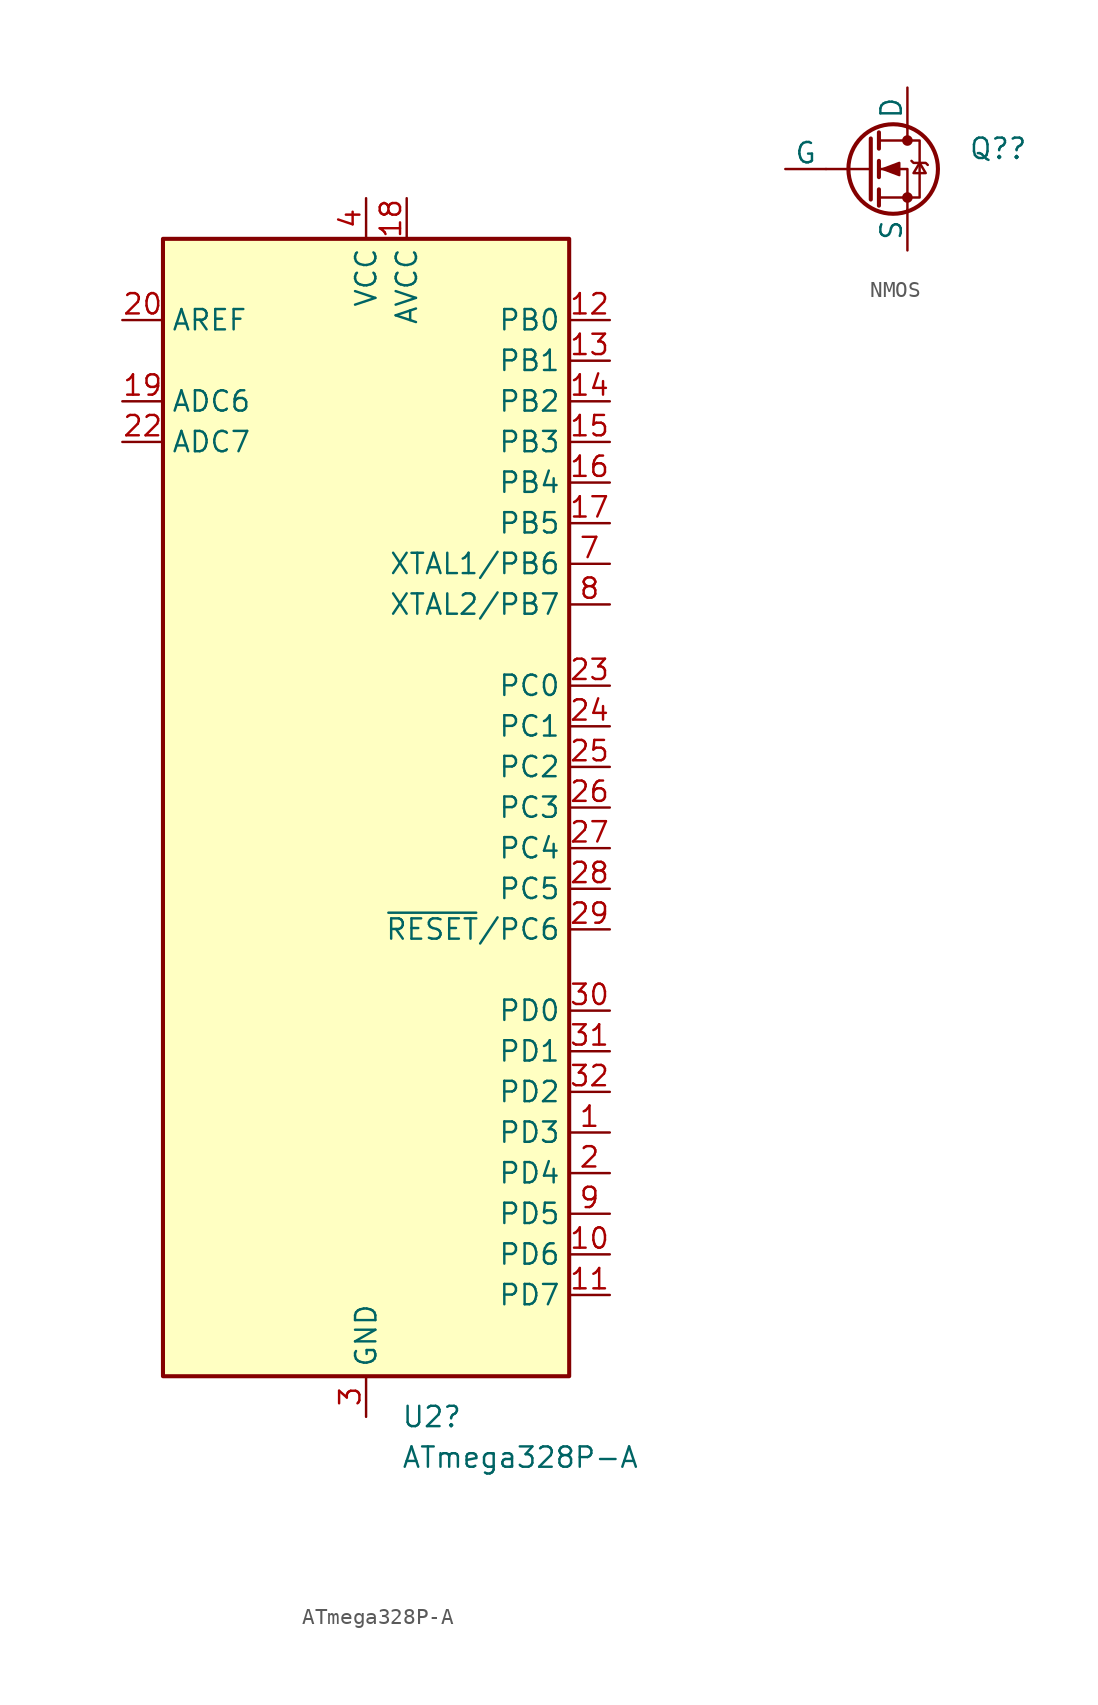
<source format=kicad_sym>
(kicad_symbol_lib
  (version 20231120)
  (generator "kicad_symbol_editor")
  (generator_version "8.0")
  (symbol "ATmega328P-A"
    (property "Reference" "U2"
      (at 2.194 -38.1 0)
      (effects (font (size 1.27 1.27)) (justify left)))
    (property "Value" "ATmega328P-A"
      (at 2.194 -40.64 0)
      (effects (font (size 1.27 1.27)) (justify left)))
    (symbol "ATmega328P-A_0_1"
      (rectangle (start -12.7 -35.56) (end 12.7 35.56) (stroke (width 0.254) (type default)) (fill (type background))))
    (symbol "ATmega328P-A_1_1"
      (pin bidirectional line (at 15.24 -20.32 180) (length 2.54) (name "PD3" (effects (font (size 1.27 1.27)))) (number "1" (effects (font (size 1.27 1.27)))))
      (pin bidirectional line (at 15.24 -27.94 180) (length 2.54) (name "PD6" (effects (font (size 1.27 1.27)))) (number "10" (effects (font (size 1.27 1.27)))))
      (pin bidirectional line (at 15.24 -30.48 180) (length 2.54) (name "PD7" (effects (font (size 1.27 1.27)))) (number "11" (effects (font (size 1.27 1.27)))))
      (pin bidirectional line (at 15.24 30.48 180) (length 2.54) (name "PB0" (effects (font (size 1.27 1.27)))) (number "12" (effects (font (size 1.27 1.27)))))
      (pin bidirectional line (at 15.24 27.94 180) (length 2.54) (name "PB1" (effects (font (size 1.27 1.27)))) (number "13" (effects (font (size 1.27 1.27)))))
      (pin bidirectional line (at 15.24 25.4 180) (length 2.54) (name "PB2" (effects (font (size 1.27 1.27)))) (number "14" (effects (font (size 1.27 1.27)))))
      (pin bidirectional line (at 15.24 22.86 180) (length 2.54) (name "PB3" (effects (font (size 1.27 1.27)))) (number "15" (effects (font (size 1.27 1.27)))))
      (pin bidirectional line (at 15.24 20.32 180) (length 2.54) (name "PB4" (effects (font (size 1.27 1.27)))) (number "16" (effects (font (size 1.27 1.27)))))
      (pin bidirectional line (at 15.24 17.78 180) (length 2.54) (name "PB5" (effects (font (size 1.27 1.27)))) (number "17" (effects (font (size 1.27 1.27)))))
      (pin power_in line (at 2.54 38.1 270) (length 2.54) (name "AVCC" (effects (font (size 1.27 1.27)))) (number "18" (effects (font (size 1.27 1.27)))))
      (pin input line (at -15.24 25.4 0) (length 2.54) (name "ADC6" (effects (font (size 1.27 1.27)))) (number "19" (effects (font (size 1.27 1.27)))))
      (pin bidirectional line (at 15.24 -22.86 180) (length 2.54) (name "PD4" (effects (font (size 1.27 1.27)))) (number "2" (effects (font (size 1.27 1.27)))))
      (pin passive line (at -15.24 30.48 0) (length 2.54) (name "AREF" (effects (font (size 1.27 1.27)))) (number "20" (effects (font (size 1.27 1.27)))))
      (pin passive line (at 0 -38.1 90) (length 2.54) hide (name "GND" (effects (font (size 1.27 1.27)))) (number "21" (effects (font (size 1.27 1.27)))))
      (pin input line (at -15.24 22.86 0) (length 2.54) (name "ADC7" (effects (font (size 1.27 1.27)))) (number "22" (effects (font (size 1.27 1.27)))))
      (pin bidirectional line (at 15.24 7.62 180) (length 2.54) (name "PC0" (effects (font (size 1.27 1.27)))) (number "23" (effects (font (size 1.27 1.27)))))
      (pin bidirectional line (at 15.24 5.08 180) (length 2.54) (name "PC1" (effects (font (size 1.27 1.27)))) (number "24" (effects (font (size 1.27 1.27)))))
      (pin bidirectional line (at 15.24 2.54 180) (length 2.54) (name "PC2" (effects (font (size 1.27 1.27)))) (number "25" (effects (font (size 1.27 1.27)))))
      (pin bidirectional line (at 15.24 0 180) (length 2.54) (name "PC3" (effects (font (size 1.27 1.27)))) (number "26" (effects (font (size 1.27 1.27)))))
      (pin bidirectional line (at 15.24 -2.54 180) (length 2.54) (name "PC4" (effects (font (size 1.27 1.27)))) (number "27" (effects (font (size 1.27 1.27)))))
      (pin bidirectional line (at 15.24 -5.08 180) (length 2.54) (name "PC5" (effects (font (size 1.27 1.27)))) (number "28" (effects (font (size 1.27 1.27)))))
      (pin bidirectional line (at 15.24 -7.62 180) (length 2.54) (name "~{RESET}/PC6" (effects (font (size 1.27 1.27)))) (number "29" (effects (font (size 1.27 1.27)))))
      (pin power_in line (at 0 -38.1 90) (length 2.54) (name "GND" (effects (font (size 1.27 1.27)))) (number "3" (effects (font (size 1.27 1.27)))))
      (pin bidirectional line (at 15.24 -12.7 180) (length 2.54) (name "PD0" (effects (font (size 1.27 1.27)))) (number "30" (effects (font (size 1.27 1.27)))))
      (pin bidirectional line (at 15.24 -15.24 180) (length 2.54) (name "PD1" (effects (font (size 1.27 1.27)))) (number "31" (effects (font (size 1.27 1.27)))))
      (pin bidirectional line (at 15.24 -17.78 180) (length 2.54) (name "PD2" (effects (font (size 1.27 1.27)))) (number "32" (effects (font (size 1.27 1.27)))))
      (pin power_in line (at 0 38.1 270) (length 2.54) (name "VCC" (effects (font (size 1.27 1.27)))) (number "4" (effects (font (size 1.27 1.27)))))
      (pin passive line (at 0 -38.1 90) (length 2.54) hide (name "GND" (effects (font (size 1.27 1.27)))) (number "5" (effects (font (size 1.27 1.27)))))
      (pin passive line (at 0 38.1 270) (length 2.54) hide (name "VCC" (effects (font (size 1.27 1.27)))) (number "6" (effects (font (size 1.27 1.27)))))
      (pin bidirectional line (at 15.24 15.24 180) (length 2.54) (name "XTAL1/PB6" (effects (font (size 1.27 1.27)))) (number "7" (effects (font (size 1.27 1.27)))))
      (pin bidirectional line (at 15.24 12.7 180) (length 2.54) (name "XTAL2/PB7" (effects (font (size 1.27 1.27)))) (number "8" (effects (font (size 1.27 1.27)))))
      (pin bidirectional line (at 15.24 -25.4 180) (length 2.54) (name "PD5" (effects (font (size 1.27 1.27)))) (number "9" (effects (font (size 1.27 1.27)))))))
  (symbol "NMOS"
    (pin_numbers hide)
    (pin_names
      (offset 0))
    (property "Reference" "Q?"
      (at 6.35 1.27 0)
      (effects (font (size 1.27 1.27)) (justify left)))
    (property "Value" ""
      (at 6.35 -1.27 0)
      (effects (font (size 1.27 1.27)) (justify left)))
    (symbol "NMOS_0_1"
      (polyline (pts (xy 0.254 0) (xy -2.54 0)) (stroke (width 0) (type default)) (fill (type none)))
      (polyline (pts (xy 0.254 1.905) (xy 0.254 -1.905)) (stroke (width 0.254) (type default)) (fill (type none)))
      (polyline (pts (xy 0.762 -1.27) (xy 0.762 -2.286)) (stroke (width 0.254) (type default)) (fill (type none)))
      (polyline (pts (xy 0.762 0.508) (xy 0.762 -0.508)) (stroke (width 0.254) (type default)) (fill (type none)))
      (polyline (pts (xy 0.762 2.286) (xy 0.762 1.27)) (stroke (width 0.254) (type default)) (fill (type none)))
      (polyline (pts (xy 2.54 2.54) (xy 2.54 1.778)) (stroke (width 0) (type default)) (fill (type none)))
      (polyline (pts (xy 2.54 -2.54) (xy 2.54 0) (xy 0.762 0)) (stroke (width 0) (type default)) (fill (type none)))
      (polyline (pts (xy 0.762 -1.778) (xy 3.302 -1.778) (xy 3.302 1.778) (xy 0.762 1.778)) (stroke (width 0) (type default)) (fill (type none)))
      (polyline (pts (xy 1.016 0) (xy 2.032 0.381) (xy 2.032 -0.381) (xy 1.016 0)) (stroke (width 0) (type default)) (fill (type outline)))
      (polyline (pts (xy 2.794 0.508) (xy 2.921 0.381) (xy 3.683 0.381) (xy 3.81 0.254)) (stroke (width 0) (type default)) (fill (type none)))
      (polyline (pts (xy 3.302 0.381) (xy 2.921 -0.254) (xy 3.683 -0.254) (xy 3.302 0.381)) (stroke (width 0) (type default)) (fill (type none)))
      (circle (center 1.651 0) (radius 2.794) (stroke (width 0.254) (type default)) (fill (type none)))
      (circle (center 2.54 -1.778) (radius 0.254) (stroke (width 0) (type default)) (fill (type outline)))
      (circle (center 2.54 1.778) (radius 0.254) (stroke (width 0) (type default)) (fill (type outline))))
    (symbol "NMOS_1_1"
      (pin input line (at -5.08 0 0) (length 2.54) (name "G" (effects (font (size 1.27 1.27)))) (number "1" (effects (font (size 1.27 1.27)))))
      (pin passive line (at 2.54 5.08 270) (length 2.54) (name "D" (effects (font (size 1.27 1.27)))) (number "2" (effects (font (size 1.27 1.27)))))
      (pin passive line (at 2.54 -5.08 90) (length 2.54) (name "S" (effects (font (size 1.27 1.27)))) (number "3" (effects (font (size 1.27 1.27))))))))
</source>
